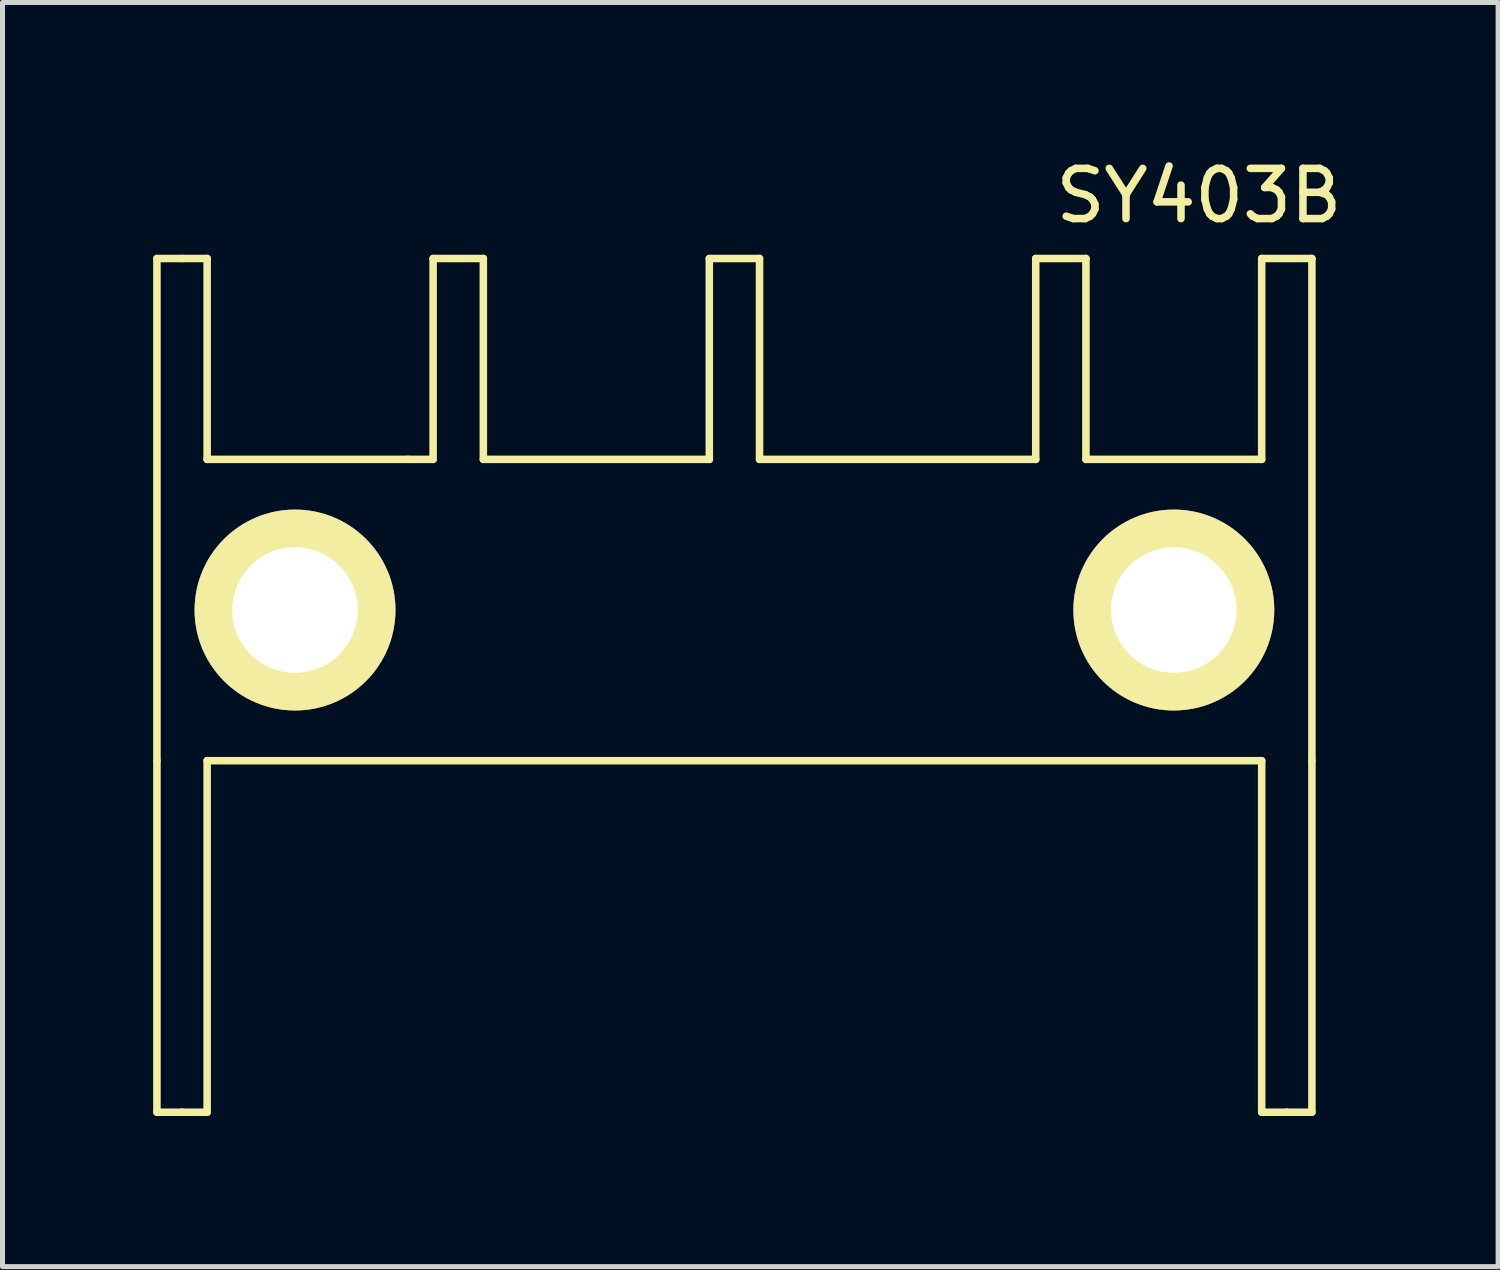
<source format=kicad_pcb>
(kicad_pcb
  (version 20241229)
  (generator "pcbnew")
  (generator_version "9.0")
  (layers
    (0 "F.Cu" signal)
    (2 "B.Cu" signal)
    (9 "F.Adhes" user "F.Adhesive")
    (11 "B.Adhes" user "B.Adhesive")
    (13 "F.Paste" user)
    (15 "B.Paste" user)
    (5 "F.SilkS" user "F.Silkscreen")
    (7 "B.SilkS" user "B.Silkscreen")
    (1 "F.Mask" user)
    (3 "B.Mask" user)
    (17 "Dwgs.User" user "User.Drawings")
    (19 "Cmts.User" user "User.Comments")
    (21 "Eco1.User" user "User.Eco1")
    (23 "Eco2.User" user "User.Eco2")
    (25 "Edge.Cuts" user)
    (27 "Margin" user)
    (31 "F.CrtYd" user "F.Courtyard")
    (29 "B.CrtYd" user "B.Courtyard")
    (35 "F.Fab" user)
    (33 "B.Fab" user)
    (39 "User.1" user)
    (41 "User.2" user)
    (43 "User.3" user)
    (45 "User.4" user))
  (footprint "SY403B"
    (layer "F.Cu")
    (at 11.575 12.098)
    (property "Reference" "SY403B" (at 9.25 -11.25 0) (layer "F.SilkS") (effects (font (size 1 1) (thickness 0.15))))
    (attr through_hole)
    (fp_line (start -11.5 -10) (end -11 -10) (stroke (width 0.15) (type solid)) (layer "F.SilkS"))
    (fp_line (start -11.5 0) (end -11.5 -10) (stroke (width 0.15) (type solid)) (layer "F.SilkS"))
    (fp_line (start -11.5 0) (end -11.5 7) (stroke (width 0.15) (type solid)) (layer "F.SilkS"))
    (fp_line (start -11.5 7) (end -11 7) (stroke (width 0.15) (type solid)) (layer "F.SilkS"))
    (fp_line (start -10.5 -10) (end -11 -10) (stroke (width 0.15) (type solid)) (layer "F.SilkS"))
    (fp_line (start -10.5 -6) (end -10.5 -10) (stroke (width 0.15) (type solid)) (layer "F.SilkS"))
    (fp_line (start -10.5 -6) (end -6.5 -6) (stroke (width 0.15) (type solid)) (layer "F.SilkS"))
    (fp_line (start -10.5 0) (end -10.5 7) (stroke (width 0.15) (type solid)) (layer "F.SilkS"))
    (fp_line (start -10.5 7) (end -11 7) (stroke (width 0.15) (type solid)) (layer "F.SilkS"))
    (fp_line (start -6 -10) (end -6 -6) (stroke (width 0.15) (type solid)) (layer "F.SilkS"))
    (fp_line (start -6 -10) (end -5 -10) (stroke (width 0.15) (type solid)) (layer "F.SilkS"))
    (fp_line (start -6 -6) (end -6.5 -6) (stroke (width 0.15) (type solid)) (layer "F.SilkS"))
    (fp_line (start -5 -10) (end -5 -6) (stroke (width 0.15) (type solid)) (layer "F.SilkS"))
    (fp_line (start -5 -6) (end -0.5 -6) (stroke (width 0.15) (type solid)) (layer "F.SilkS"))
    (fp_line (start -0.5 -10) (end 0.5 -10) (stroke (width 0.15) (type solid)) (layer "F.SilkS"))
    (fp_line (start -0.5 -6) (end -0.5 -10) (stroke (width 0.15) (type solid)) (layer "F.SilkS"))
    (fp_line (start 0.5 -10) (end 0.5 -6) (stroke (width 0.15) (type solid)) (layer "F.SilkS"))
    (fp_line (start 0.5 -6) (end 6 -6) (stroke (width 0.15) (type solid)) (layer "F.SilkS"))
    (fp_line (start 6 -10) (end 7 -10) (stroke (width 0.15) (type solid)) (layer "F.SilkS"))
    (fp_line (start 6 -6) (end 6 -10) (stroke (width 0.15) (type solid)) (layer "F.SilkS"))
    (fp_line (start 7 -10) (end 7 -6) (stroke (width 0.15) (type solid)) (layer "F.SilkS"))
    (fp_line (start 7 -6) (end 10.5 -6) (stroke (width 0.15) (type solid)) (layer "F.SilkS"))
    (fp_line (start 10.5 -10) (end 11.5 -10) (stroke (width 0.15) (type solid)) (layer "F.SilkS"))
    (fp_line (start 10.5 -6) (end 10.5 -10) (stroke (width 0.15) (type solid)) (layer "F.SilkS"))
    (fp_line (start 10.5 0) (end -10.5 0) (stroke (width 0.15) (type solid)) (layer "F.SilkS"))
    (fp_line (start 10.5 0) (end 10.5 7) (stroke (width 0.15) (type solid)) (layer "F.SilkS"))
    (fp_line (start 10.5 7) (end 11 7) (stroke (width 0.15) (type solid)) (layer "F.SilkS"))
    (fp_line (start 11 7) (end 11.5 7) (stroke (width 0.15) (type solid)) (layer "F.SilkS"))
    (fp_line (start 11.5 -10) (end 11.5 0) (stroke (width 0.15) (type solid)) (layer "F.SilkS"))
    (fp_line (start 11.5 0) (end 11.5 7) (stroke (width 0.15) (type solid)) (layer "F.SilkS"))
    (pad "1" thru_hole circle (at -8.75 -3) (size 4 4) (drill 2.5) (layers "*.Cu" "*.Mask" "F.SilkS"))
    (pad "1" thru_hole circle (at 8.75 -3) (size 4 4) (drill 2.5) (layers "*.Cu" "*.Mask" "F.SilkS")))
  (gr_rect
    (start -3 -3)
    (end 26.783 22.173)
    (stroke (width 0.1) (type default))
    (fill no)
    (layer "Edge.Cuts")))
</source>
